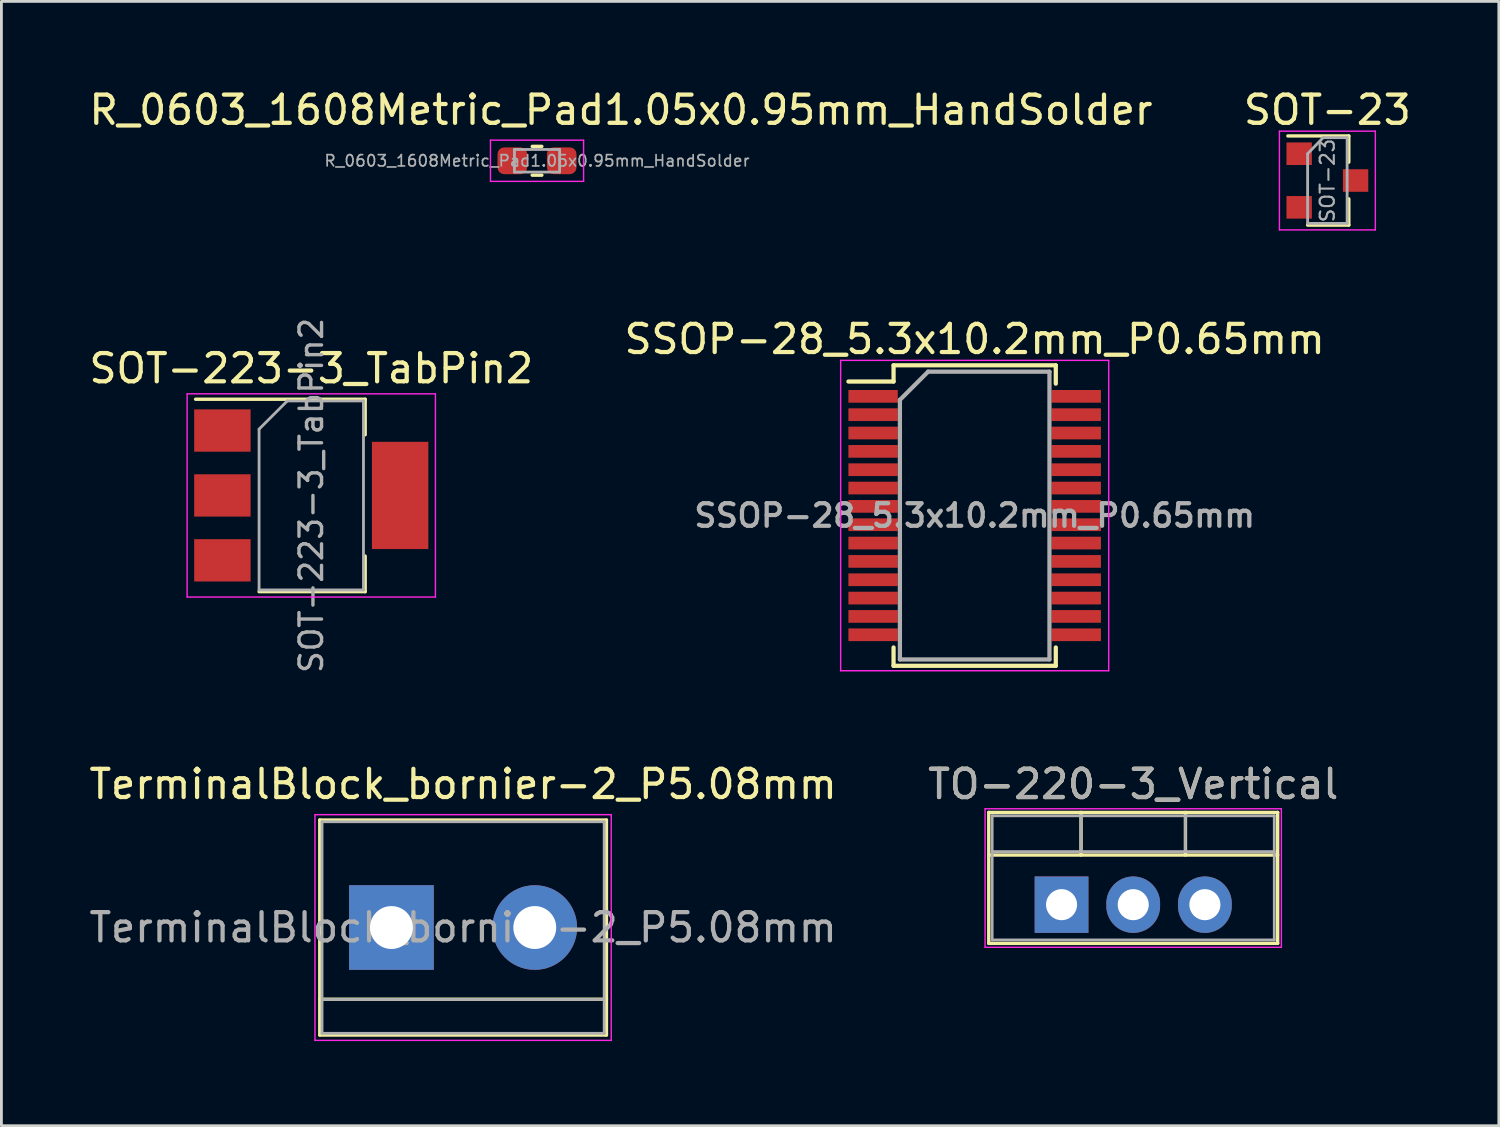
<source format=kicad_pcb>
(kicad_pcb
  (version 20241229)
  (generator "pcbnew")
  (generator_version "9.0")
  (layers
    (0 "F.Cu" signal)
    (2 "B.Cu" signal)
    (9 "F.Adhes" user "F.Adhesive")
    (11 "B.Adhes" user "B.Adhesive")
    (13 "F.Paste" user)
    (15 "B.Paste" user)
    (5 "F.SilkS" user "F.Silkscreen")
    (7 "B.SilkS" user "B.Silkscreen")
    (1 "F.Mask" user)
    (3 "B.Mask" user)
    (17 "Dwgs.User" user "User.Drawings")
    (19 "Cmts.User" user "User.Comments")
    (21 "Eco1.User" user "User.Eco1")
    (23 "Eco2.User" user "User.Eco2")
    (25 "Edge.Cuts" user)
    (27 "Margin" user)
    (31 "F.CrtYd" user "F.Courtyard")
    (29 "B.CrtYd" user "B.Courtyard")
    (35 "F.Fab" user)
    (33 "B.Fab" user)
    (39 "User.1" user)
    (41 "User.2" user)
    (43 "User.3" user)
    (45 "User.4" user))
  (footprint "SOT-23"
    (placed yes)
    (layer "F.Cu")
    (at 43.994 3.348)
    (property "Reference" "SOT-23" (at 0 -2.5 0) (layer "F.SilkS") (effects (font (size 1 1) (thickness 0.15))))
    (attr smd)
    (fp_line (start 0.76 -1.58) (end -1.4 -1.58) (stroke (width 0.12) (type solid)) (layer "F.SilkS"))
    (fp_line (start 0.76 -1.58) (end 0.76 -0.65) (stroke (width 0.12) (type solid)) (layer "F.SilkS"))
    (fp_line (start 0.76 1.58) (end -0.7 1.58) (stroke (width 0.12) (type solid)) (layer "F.SilkS"))
    (fp_line (start 0.76 1.58) (end 0.76 0.65) (stroke (width 0.12) (type solid)) (layer "F.SilkS"))
    (fp_line (start -1.7 -1.75) (end 1.7 -1.75) (stroke (width 0.05) (type solid)) (layer "F.CrtYd"))
    (fp_line (start -1.7 1.75) (end -1.7 -1.75) (stroke (width 0.05) (type solid)) (layer "F.CrtYd"))
    (fp_line (start 1.7 -1.75) (end 1.7 1.75) (stroke (width 0.05) (type solid)) (layer "F.CrtYd"))
    (fp_line (start 1.7 1.75) (end -1.7 1.75) (stroke (width 0.05) (type solid)) (layer "F.CrtYd"))
    (fp_line (start -0.7 -0.95) (end -0.7 1.5) (stroke (width 0.1) (type solid)) (layer "F.Fab"))
    (fp_line (start -0.7 -0.95) (end -0.15 -1.52) (stroke (width 0.1) (type solid)) (layer "F.Fab"))
    (fp_line (start -0.7 1.52) (end 0.7 1.52) (stroke (width 0.1) (type solid)) (layer "F.Fab"))
    (fp_line (start -0.15 -1.52) (end 0.7 -1.52) (stroke (width 0.1) (type solid)) (layer "F.Fab"))
    (fp_line (start 0.7 -1.52) (end 0.7 1.52) (stroke (width 0.1) (type solid)) (layer "F.Fab"))
    (fp_text user "${REFERENCE}" (at 0 0 90) (layer "F.Fab") (effects (font (size 0.5 0.5) (thickness 0.075))))
    (pad "1" smd rect (at -1 -0.95) (size 0.9 0.8) (layers "F.Cu" "F.Mask" "F.Paste"))
    (pad "2" smd rect (at -1 0.95) (size 0.9 0.8) (layers "F.Cu" "F.Mask" "F.Paste"))
    (pad "3" smd rect (at 1 0) (size 0.9 0.8) (layers "F.Cu" "F.Mask" "F.Paste")))
  (footprint "SSOP-28_5.3x10.2mm_P0.65mm"
    (layer "F.Cu")
    (at 31.494 15.222)
    (property "Reference" "SSOP-28_5.3x10.2mm_P0.65mm" (at 0 -6.25 0) (layer "F.SilkS") (effects (font (size 1 1) (thickness 0.15))))
    (attr smd)
    (fp_line (start -2.875 -5.325) (end -2.875 -4.75) (stroke (width 0.15) (type solid)) (layer "F.SilkS"))
    (fp_line (start -2.875 -5.325) (end 2.875 -5.325) (stroke (width 0.15) (type solid)) (layer "F.SilkS"))
    (fp_line (start -2.875 -4.75) (end -4.475 -4.75) (stroke (width 0.15) (type solid)) (layer "F.SilkS"))
    (fp_line (start -2.875 5.325) (end -2.875 4.675) (stroke (width 0.15) (type solid)) (layer "F.SilkS"))
    (fp_line (start -2.875 5.325) (end 2.875 5.325) (stroke (width 0.15) (type solid)) (layer "F.SilkS"))
    (fp_line (start 2.875 -5.325) (end 2.875 -4.675) (stroke (width 0.15) (type solid)) (layer "F.SilkS"))
    (fp_line (start 2.875 5.325) (end 2.875 4.675) (stroke (width 0.15) (type solid)) (layer "F.SilkS"))
    (fp_line (start -4.75 -5.5) (end -4.75 5.5) (stroke (width 0.05) (type solid)) (layer "F.CrtYd"))
    (fp_line (start -4.75 -5.5) (end 4.75 -5.5) (stroke (width 0.05) (type solid)) (layer "F.CrtYd"))
    (fp_line (start -4.75 5.5) (end 4.75 5.5) (stroke (width 0.05) (type solid)) (layer "F.CrtYd"))
    (fp_line (start 4.75 -5.5) (end 4.75 5.5) (stroke (width 0.05) (type solid)) (layer "F.CrtYd"))
    (fp_line (start -2.65 -4.1) (end -1.65 -5.1) (stroke (width 0.15) (type solid)) (layer "F.Fab"))
    (fp_line (start -2.65 5.1) (end -2.65 -4.1) (stroke (width 0.15) (type solid)) (layer "F.Fab"))
    (fp_line (start -1.65 -5.1) (end 2.65 -5.1) (stroke (width 0.15) (type solid)) (layer "F.Fab"))
    (fp_line (start 2.65 -5.1) (end 2.65 5.1) (stroke (width 0.15) (type solid)) (layer "F.Fab"))
    (fp_line (start 2.65 5.1) (end -2.65 5.1) (stroke (width 0.15) (type solid)) (layer "F.Fab"))
    (fp_text user "${REFERENCE}" (at 0 0 0) (layer "F.Fab") (effects (font (size 0.8 0.8) (thickness 0.15))))
    (pad "1" smd rect (at -3.6 -4.225) (size 1.75 0.45) (layers "F.Cu" "F.Mask" "F.Paste"))
    (pad "2" smd rect (at -3.6 -3.575) (size 1.75 0.45) (layers "F.Cu" "F.Mask" "F.Paste"))
    (pad "3" smd rect (at -3.6 -2.925) (size 1.75 0.45) (layers "F.Cu" "F.Mask" "F.Paste"))
    (pad "4" smd rect (at -3.6 -2.275) (size 1.75 0.45) (layers "F.Cu" "F.Mask" "F.Paste"))
    (pad "5" smd rect (at -3.6 -1.625) (size 1.75 0.45) (layers "F.Cu" "F.Mask" "F.Paste"))
    (pad "6" smd rect (at -3.6 -0.975) (size 1.75 0.45) (layers "F.Cu" "F.Mask" "F.Paste"))
    (pad "7" smd rect (at -3.6 -0.325) (size 1.75 0.45) (layers "F.Cu" "F.Mask" "F.Paste"))
    (pad "8" smd rect (at -3.6 0.325) (size 1.75 0.45) (layers "F.Cu" "F.Mask" "F.Paste"))
    (pad "9" smd rect (at -3.6 0.975) (size 1.75 0.45) (layers "F.Cu" "F.Mask" "F.Paste"))
    (pad "10" smd rect (at -3.6 1.625) (size 1.75 0.45) (layers "F.Cu" "F.Mask" "F.Paste"))
    (pad "11" smd rect (at -3.6 2.275) (size 1.75 0.45) (layers "F.Cu" "F.Mask" "F.Paste"))
    (pad "12" smd rect (at -3.6 2.925) (size 1.75 0.45) (layers "F.Cu" "F.Mask" "F.Paste"))
    (pad "13" smd rect (at -3.6 3.575) (size 1.75 0.45) (layers "F.Cu" "F.Mask" "F.Paste"))
    (pad "14" smd rect (at -3.6 4.225) (size 1.75 0.45) (layers "F.Cu" "F.Mask" "F.Paste"))
    (pad "15" smd rect (at 3.6 4.225) (size 1.75 0.45) (layers "F.Cu" "F.Mask" "F.Paste"))
    (pad "16" smd rect (at 3.6 3.575) (size 1.75 0.45) (layers "F.Cu" "F.Mask" "F.Paste"))
    (pad "17" smd rect (at 3.6 2.925) (size 1.75 0.45) (layers "F.Cu" "F.Mask" "F.Paste"))
    (pad "18" smd rect (at 3.6 2.275) (size 1.75 0.45) (layers "F.Cu" "F.Mask" "F.Paste"))
    (pad "19" smd rect (at 3.6 1.625) (size 1.75 0.45) (layers "F.Cu" "F.Mask" "F.Paste"))
    (pad "20" smd rect (at 3.6 0.975) (size 1.75 0.45) (layers "F.Cu" "F.Mask" "F.Paste"))
    (pad "21" smd rect (at 3.6 0.325) (size 1.75 0.45) (layers "F.Cu" "F.Mask" "F.Paste"))
    (pad "22" smd rect (at 3.6 -0.325) (size 1.75 0.45) (layers "F.Cu" "F.Mask" "F.Paste"))
    (pad "23" smd rect (at 3.6 -0.975) (size 1.75 0.45) (layers "F.Cu" "F.Mask" "F.Paste"))
    (pad "24" smd rect (at 3.6 -1.625) (size 1.75 0.45) (layers "F.Cu" "F.Mask" "F.Paste"))
    (pad "25" smd rect (at 3.6 -2.275) (size 1.75 0.45) (layers "F.Cu" "F.Mask" "F.Paste"))
    (pad "26" smd rect (at 3.6 -2.925) (size 1.75 0.45) (layers "F.Cu" "F.Mask" "F.Paste"))
    (pad "27" smd rect (at 3.6 -3.575) (size 1.75 0.45) (layers "F.Cu" "F.Mask" "F.Paste"))
    (pad "28" smd rect (at 3.6 -4.225) (size 1.75 0.45) (layers "F.Cu" "F.Mask" "F.Paste")))
  (footprint "SOT-223-3_TabPin2"
    (layer "F.Cu")
    (at 7.982 14.509)
    (property "Reference" "SOT-223-3_TabPin2" (at 0 -4.5 0) (layer "F.SilkS") (effects (font (size 1 1) (thickness 0.15))))
    (attr smd)
    (fp_line (start -4.1 -3.41) (end 1.91 -3.41) (stroke (width 0.12) (type solid)) (layer "F.SilkS"))
    (fp_line (start -1.85 3.41) (end 1.91 3.41) (stroke (width 0.12) (type solid)) (layer "F.SilkS"))
    (fp_line (start 1.91 -3.41) (end 1.91 -2.15) (stroke (width 0.12) (type solid)) (layer "F.SilkS"))
    (fp_line (start 1.91 3.41) (end 1.91 2.15) (stroke (width 0.12) (type solid)) (layer "F.SilkS"))
    (fp_line (start -4.4 -3.6) (end -4.4 3.6) (stroke (width 0.05) (type solid)) (layer "F.CrtYd"))
    (fp_line (start -4.4 3.6) (end 4.4 3.6) (stroke (width 0.05) (type solid)) (layer "F.CrtYd"))
    (fp_line (start 4.4 -3.6) (end -4.4 -3.6) (stroke (width 0.05) (type solid)) (layer "F.CrtYd"))
    (fp_line (start 4.4 3.6) (end 4.4 -3.6) (stroke (width 0.05) (type solid)) (layer "F.CrtYd"))
    (fp_line (start -1.85 -2.35) (end -1.85 3.35) (stroke (width 0.1) (type solid)) (layer "F.Fab"))
    (fp_line (start -1.85 -2.35) (end -0.85 -3.35) (stroke (width 0.1) (type solid)) (layer "F.Fab"))
    (fp_line (start -1.85 3.35) (end 1.85 3.35) (stroke (width 0.1) (type solid)) (layer "F.Fab"))
    (fp_line (start -0.85 -3.35) (end 1.85 -3.35) (stroke (width 0.1) (type solid)) (layer "F.Fab"))
    (fp_line (start 1.85 -3.35) (end 1.85 3.35) (stroke (width 0.1) (type solid)) (layer "F.Fab"))
    (fp_text user "${REFERENCE}" (at 0 0 90) (layer "F.Fab") (effects (font (size 0.8 0.8) (thickness 0.12))))
    (pad "1" smd rect (at -3.15 -2.3) (size 2 1.5) (layers "F.Cu" "F.Mask" "F.Paste"))
    (pad "2" smd rect (at -3.15 0) (size 2 1.5) (layers "F.Cu" "F.Mask" "F.Paste"))
    (pad "2" smd rect (at 3.15 0) (size 2 3.8) (layers "F.Cu" "F.Mask" "F.Paste"))
    (pad "3" smd rect (at -3.15 2.3) (size 2 1.5) (layers "F.Cu" "F.Mask" "F.Paste")))
  (footprint "TO-220-3_Vertical"
    (layer "F.Cu")
    (at 34.573 29.013)
    (property "Reference" "TO-220-3_Vertical" (at 2.54 -4.27 0) (layer "F.SilkS") (effects (font (size 1 1) (thickness 0.15))))
    (attr through_hole)
    (fp_line (start -2.58 -3.27) (end -2.58 1.371) (stroke (width 0.12) (type solid)) (layer "F.SilkS"))
    (fp_line (start -2.58 -3.27) (end 7.66 -3.27) (stroke (width 0.12) (type solid)) (layer "F.SilkS"))
    (fp_line (start -2.58 -1.76) (end 7.66 -1.76) (stroke (width 0.12) (type solid)) (layer "F.SilkS"))
    (fp_line (start -2.58 1.371) (end 7.66 1.371) (stroke (width 0.12) (type solid)) (layer "F.SilkS"))
    (fp_line (start 0.69 -3.27) (end 0.69 -1.76) (stroke (width 0.12) (type solid)) (layer "F.SilkS"))
    (fp_line (start 4.391 -3.27) (end 4.391 -1.76) (stroke (width 0.12) (type solid)) (layer "F.SilkS"))
    (fp_line (start 7.66 -3.27) (end 7.66 1.371) (stroke (width 0.12) (type solid)) (layer "F.SilkS"))
    (fp_line (start -2.71 -3.4) (end -2.71 1.51) (stroke (width 0.05) (type solid)) (layer "F.CrtYd"))
    (fp_line (start -2.71 1.51) (end 7.79 1.51) (stroke (width 0.05) (type solid)) (layer "F.CrtYd"))
    (fp_line (start 7.79 -3.4) (end -2.71 -3.4) (stroke (width 0.05) (type solid)) (layer "F.CrtYd"))
    (fp_line (start 7.79 1.51) (end 7.79 -3.4) (stroke (width 0.05) (type solid)) (layer "F.CrtYd"))
    (fp_line (start -2.46 -3.15) (end -2.46 1.25) (stroke (width 0.1) (type solid)) (layer "F.Fab"))
    (fp_line (start -2.46 -1.88) (end 7.54 -1.88) (stroke (width 0.1) (type solid)) (layer "F.Fab"))
    (fp_line (start -2.46 1.25) (end 7.54 1.25) (stroke (width 0.1) (type solid)) (layer "F.Fab"))
    (fp_line (start 0.69 -3.15) (end 0.69 -1.88) (stroke (width 0.1) (type solid)) (layer "F.Fab"))
    (fp_line (start 4.39 -3.15) (end 4.39 -1.88) (stroke (width 0.1) (type solid)) (layer "F.Fab"))
    (fp_line (start 7.54 -3.15) (end -2.46 -3.15) (stroke (width 0.1) (type solid)) (layer "F.Fab"))
    (fp_line (start 7.54 1.25) (end 7.54 -3.15) (stroke (width 0.1) (type solid)) (layer "F.Fab"))
    (fp_text user "${REFERENCE}" (at 2.54 -4.27 0) (layer "F.Fab") (effects (font (size 1 1) (thickness 0.15))))
    (pad "1" thru_hole rect (at 0 0) (size 1.905 2) (drill 1.1) (layers "*.Cu" "*.Mask"))
    (pad "2" thru_hole oval (at 2.54 0) (size 1.905 2) (drill 1.1) (layers "*.Cu" "*.Mask"))
    (pad "3" thru_hole oval (at 5.08 0) (size 1.905 2) (drill 1.1) (layers "*.Cu" "*.Mask")))
  (footprint "R_0603_1608Metric_Pad1.05x0.95mm_HandSolder"
    (placed yes)
    (layer "F.Cu")
    (at 15.983 2.648)
    (property "Reference" "R_0603_1608Metric_Pad1.05x0.95mm_HandSolder" (at 2.975 -1.8 0) (layer "F.SilkS") (effects (font (size 1 1) (thickness 0.15))))
    (attr smd)
    (fp_line (start -0.171 -0.51) (end 0.171 -0.51) (stroke (width 0.12) (type solid)) (layer "F.SilkS"))
    (fp_line (start -0.171 0.51) (end 0.171 0.51) (stroke (width 0.12) (type solid)) (layer "F.SilkS"))
    (fp_line (start -1.65 -0.73) (end 1.65 -0.73) (stroke (width 0.05) (type solid)) (layer "F.CrtYd"))
    (fp_line (start -1.65 0.73) (end -1.65 -0.73) (stroke (width 0.05) (type solid)) (layer "F.CrtYd"))
    (fp_line (start 1.65 -0.73) (end 1.65 0.73) (stroke (width 0.05) (type solid)) (layer "F.CrtYd"))
    (fp_line (start 1.65 0.73) (end -1.65 0.73) (stroke (width 0.05) (type solid)) (layer "F.CrtYd"))
    (fp_line (start -0.8 -0.4) (end 0.8 -0.4) (stroke (width 0.1) (type solid)) (layer "F.Fab"))
    (fp_line (start -0.8 0.4) (end -0.8 -0.4) (stroke (width 0.1) (type solid)) (layer "F.Fab"))
    (fp_line (start 0.8 -0.4) (end 0.8 0.4) (stroke (width 0.1) (type solid)) (layer "F.Fab"))
    (fp_line (start 0.8 0.4) (end -0.8 0.4) (stroke (width 0.1) (type solid)) (layer "F.Fab"))
    (fp_text user "${REFERENCE}" (at 0 0 0) (layer "F.Fab") (effects (font (size 0.4 0.4) (thickness 0.06))))
    (pad "1" smd roundrect (at -0.875 0) (size 1.05 0.95) (layers "F.Cu" "F.Mask" "F.Paste") (roundrect_rratio 0.25))
    (pad "2" smd roundrect (at 0.875 0) (size 1.05 0.95) (layers "F.Cu" "F.Mask" "F.Paste") (roundrect_rratio 0.25)))
  (footprint "TerminalBlock_bornier-2_P5.08mm"
    (layer "F.Cu")
    (at 10.823 29.823)
    (property "Reference" "TerminalBlock_bornier-2_P5.08mm" (at 2.54 -5.08 0) (layer "F.SilkS") (effects (font (size 1 1) (thickness 0.15))))
    (attr through_hole)
    (fp_line (start -2.54 -3.81) (end -2.54 3.81) (stroke (width 0.12) (type solid)) (layer "F.SilkS"))
    (fp_line (start -2.54 3.81) (end 7.62 3.81) (stroke (width 0.12) (type solid)) (layer "F.SilkS"))
    (fp_line (start 7.62 -3.81) (end -2.54 -3.81) (stroke (width 0.12) (type solid)) (layer "F.SilkS"))
    (fp_line (start 7.62 2.54) (end -2.54 2.54) (stroke (width 0.12) (type solid)) (layer "F.SilkS"))
    (fp_line (start 7.62 3.81) (end 7.62 -3.81) (stroke (width 0.12) (type solid)) (layer "F.SilkS"))
    (fp_line (start -2.71 -4) (end -2.71 4) (stroke (width 0.05) (type solid)) (layer "F.CrtYd"))
    (fp_line (start -2.71 -4) (end 7.79 -4) (stroke (width 0.05) (type solid)) (layer "F.CrtYd"))
    (fp_line (start 7.79 4) (end -2.71 4) (stroke (width 0.05) (type solid)) (layer "F.CrtYd"))
    (fp_line (start 7.79 4) (end 7.79 -4) (stroke (width 0.05) (type solid)) (layer "F.CrtYd"))
    (fp_line (start -2.46 -3.75) (end -2.46 3.75) (stroke (width 0.1) (type solid)) (layer "F.Fab"))
    (fp_line (start -2.46 3.75) (end 7.54 3.75) (stroke (width 0.1) (type solid)) (layer "F.Fab"))
    (fp_line (start -2.41 2.55) (end 7.49 2.55) (stroke (width 0.1) (type solid)) (layer "F.Fab"))
    (fp_line (start 7.54 -3.75) (end -2.46 -3.75) (stroke (width 0.1) (type solid)) (layer "F.Fab"))
    (fp_line (start 7.54 3.75) (end 7.54 -3.75) (stroke (width 0.1) (type solid)) (layer "F.Fab"))
    (fp_text user "${REFERENCE}" (at 2.54 0 0) (layer "F.Fab") (effects (font (size 1 1) (thickness 0.15))))
    (pad "1" thru_hole rect (at 0 0) (size 3 3) (drill 1.52) (layers "*.Cu" "*.Mask"))
    (pad "2" thru_hole circle (at 5.08 0) (size 3 3) (drill 1.52) (layers "*.Cu" "*.Mask")))
  (gr_rect
    (start -3 -3)
    (end 50.071 36.848)
    (stroke (width 0.1) (type default))
    (fill no)
    (layer "Edge.Cuts")))
</source>
